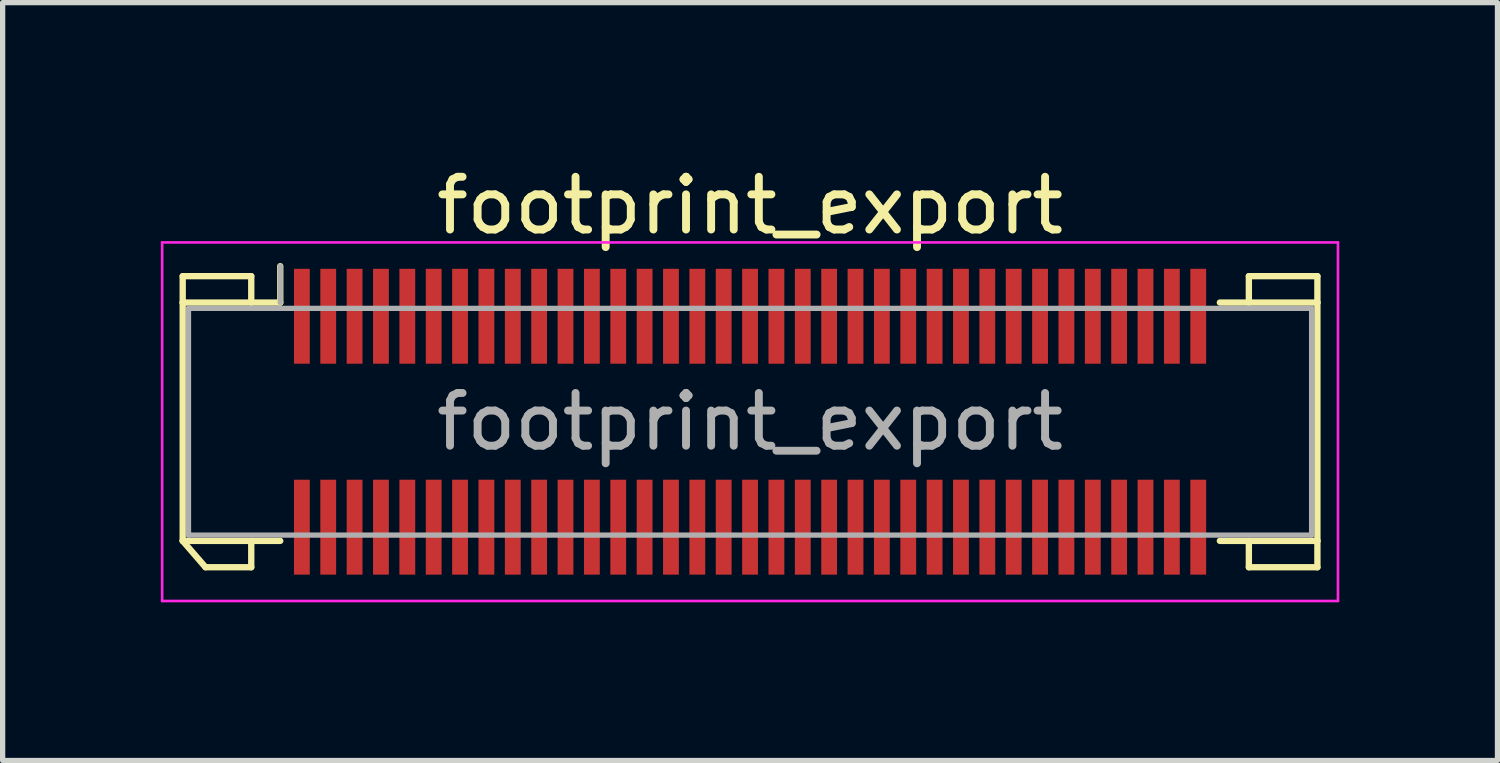
<source format=kicad_pcb>
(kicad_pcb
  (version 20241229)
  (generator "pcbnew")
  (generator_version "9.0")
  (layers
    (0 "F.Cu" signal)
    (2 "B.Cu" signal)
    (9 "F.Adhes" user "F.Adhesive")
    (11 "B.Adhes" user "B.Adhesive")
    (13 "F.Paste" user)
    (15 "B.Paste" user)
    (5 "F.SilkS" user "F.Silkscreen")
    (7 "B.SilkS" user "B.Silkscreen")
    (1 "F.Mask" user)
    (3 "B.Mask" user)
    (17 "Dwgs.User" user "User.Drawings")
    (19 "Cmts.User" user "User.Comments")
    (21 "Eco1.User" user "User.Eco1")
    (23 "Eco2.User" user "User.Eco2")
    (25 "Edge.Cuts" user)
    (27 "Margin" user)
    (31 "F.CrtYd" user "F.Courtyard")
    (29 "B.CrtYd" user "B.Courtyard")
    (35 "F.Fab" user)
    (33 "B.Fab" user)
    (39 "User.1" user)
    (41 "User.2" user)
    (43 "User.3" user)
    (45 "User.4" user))
  (footprint "footprint_export"
    (layer "F.Cu")
    (at 11.175 4.948)
    (property "Reference" "footprint_export" (at 0 -4.1 0) (layer "F.SilkS") (effects (font (size 1 1) (thickness 0.15))))
    (attr smd)
    (fp_line (start -10.76 -2.76) (end -9.46 -2.76) (stroke (width 0.12) (type solid)) (layer "F.SilkS"))
    (fp_line (start -10.76 -2.26) (end -10.76 -2.76) (stroke (width 0.12) (type solid)) (layer "F.SilkS"))
    (fp_line (start -10.76 -2.26) (end -8.91 -2.26) (stroke (width 0.12) (type solid)) (layer "F.SilkS"))
    (fp_line (start -10.76 2.26) (end -10.76 -2.26) (stroke (width 0.12) (type solid)) (layer "F.SilkS"))
    (fp_line (start -10.76 2.26) (end -10.327 2.76) (stroke (width 0.12) (type solid)) (layer "F.SilkS"))
    (fp_line (start -10.327 2.76) (end -9.46 2.76) (stroke (width 0.12) (type solid)) (layer "F.SilkS"))
    (fp_line (start -9.46 -2.76) (end -9.46 -2.26) (stroke (width 0.12) (type solid)) (layer "F.SilkS"))
    (fp_line (start -9.46 2.76) (end -9.46 2.26) (stroke (width 0.12) (type solid)) (layer "F.SilkS"))
    (fp_line (start -8.91 -2.26) (end -8.91 -2.95) (stroke (width 0.12) (type solid)) (layer "F.SilkS"))
    (fp_line (start -8.91 2.26) (end -10.76 2.26) (stroke (width 0.12) (type solid)) (layer "F.SilkS"))
    (fp_line (start 8.91 2.26) (end 10.76 2.26) (stroke (width 0.12) (type solid)) (layer "F.SilkS"))
    (fp_line (start 9.46 -2.76) (end 9.46 -2.26) (stroke (width 0.12) (type solid)) (layer "F.SilkS"))
    (fp_line (start 9.46 2.76) (end 9.46 2.26) (stroke (width 0.12) (type solid)) (layer "F.SilkS"))
    (fp_line (start 10.76 -2.76) (end 9.46 -2.76) (stroke (width 0.12) (type solid)) (layer "F.SilkS"))
    (fp_line (start 10.76 -2.26) (end 8.91 -2.26) (stroke (width 0.12) (type solid)) (layer "F.SilkS"))
    (fp_line (start 10.76 -2.26) (end 10.76 -2.76) (stroke (width 0.12) (type solid)) (layer "F.SilkS"))
    (fp_line (start 10.76 2.26) (end 10.76 -2.26) (stroke (width 0.12) (type solid)) (layer "F.SilkS"))
    (fp_line (start 10.76 2.26) (end 10.76 2.76) (stroke (width 0.12) (type solid)) (layer "F.SilkS"))
    (fp_line (start 10.76 2.76) (end 9.46 2.76) (stroke (width 0.12) (type solid)) (layer "F.SilkS"))
    (fp_line (start -11.15 -3.4) (end -11.15 3.4) (stroke (width 0.05) (type solid)) (layer "F.CrtYd"))
    (fp_line (start -11.15 3.4) (end 11.15 3.4) (stroke (width 0.05) (type solid)) (layer "F.CrtYd"))
    (fp_line (start 11.15 -3.4) (end -11.15 -3.4) (stroke (width 0.05) (type solid)) (layer "F.CrtYd"))
    (fp_line (start 11.15 3.4) (end 11.15 -3.4) (stroke (width 0.05) (type solid)) (layer "F.CrtYd"))
    (fp_line (start -10.65 -2.15) (end -10.65 2.15) (stroke (width 0.1) (type solid)) (layer "F.Fab"))
    (fp_line (start -10.65 2.15) (end 10.65 2.15) (stroke (width 0.1) (type solid)) (layer "F.Fab"))
    (fp_line (start -8.91 -2.26) (end -8.91 -2.95) (stroke (width 0.1) (type solid)) (layer "F.Fab"))
    (fp_line (start 10.65 -2.15) (end -10.65 -2.15) (stroke (width 0.1) (type solid)) (layer "F.Fab"))
    (fp_line (start 10.65 2.15) (end 10.65 -2.15) (stroke (width 0.1) (type solid)) (layer "F.Fab"))
    (fp_text user "${REFERENCE}" (at 0 0 0) (layer "F.Fab") (effects (font (size 1 1) (thickness 0.15))))
    (pad "1" smd rect (at -8.5 -2) (size 0.3 1.8) (layers "F.Cu" "F.Mask" "F.Paste"))
    (pad "2" smd rect (at -8.5 2) (size 0.3 1.8) (layers "F.Cu" "F.Mask" "F.Paste"))
    (pad "3" smd rect (at -8 -2) (size 0.3 1.8) (layers "F.Cu" "F.Mask" "F.Paste"))
    (pad "4" smd rect (at -8 2) (size 0.3 1.8) (layers "F.Cu" "F.Mask" "F.Paste"))
    (pad "5" smd rect (at -7.5 -2) (size 0.3 1.8) (layers "F.Cu" "F.Mask" "F.Paste"))
    (pad "6" smd rect (at -7.5 2) (size 0.3 1.8) (layers "F.Cu" "F.Mask" "F.Paste"))
    (pad "7" smd rect (at -7 -2) (size 0.3 1.8) (layers "F.Cu" "F.Mask" "F.Paste"))
    (pad "8" smd rect (at -7 2) (size 0.3 1.8) (layers "F.Cu" "F.Mask" "F.Paste"))
    (pad "9" smd rect (at -6.5 -2) (size 0.3 1.8) (layers "F.Cu" "F.Mask" "F.Paste"))
    (pad "10" smd rect (at -6.5 2) (size 0.3 1.8) (layers "F.Cu" "F.Mask" "F.Paste"))
    (pad "11" smd rect (at -6 -2) (size 0.3 1.8) (layers "F.Cu" "F.Mask" "F.Paste"))
    (pad "12" smd rect (at -6 2) (size 0.3 1.8) (layers "F.Cu" "F.Mask" "F.Paste"))
    (pad "13" smd rect (at -5.5 -2) (size 0.3 1.8) (layers "F.Cu" "F.Mask" "F.Paste"))
    (pad "14" smd rect (at -5.5 2) (size 0.3 1.8) (layers "F.Cu" "F.Mask" "F.Paste"))
    (pad "15" smd rect (at -5 -2) (size 0.3 1.8) (layers "F.Cu" "F.Mask" "F.Paste"))
    (pad "16" smd rect (at -5 2) (size 0.3 1.8) (layers "F.Cu" "F.Mask" "F.Paste"))
    (pad "17" smd rect (at -4.5 -2) (size 0.3 1.8) (layers "F.Cu" "F.Mask" "F.Paste"))
    (pad "18" smd rect (at -4.5 2) (size 0.3 1.8) (layers "F.Cu" "F.Mask" "F.Paste"))
    (pad "19" smd rect (at -4 -2) (size 0.3 1.8) (layers "F.Cu" "F.Mask" "F.Paste"))
    (pad "20" smd rect (at -4 2) (size 0.3 1.8) (layers "F.Cu" "F.Mask" "F.Paste"))
    (pad "21" smd rect (at -3.5 -2) (size 0.3 1.8) (layers "F.Cu" "F.Mask" "F.Paste"))
    (pad "22" smd rect (at -3.5 2) (size 0.3 1.8) (layers "F.Cu" "F.Mask" "F.Paste"))
    (pad "23" smd rect (at -3 -2) (size 0.3 1.8) (layers "F.Cu" "F.Mask" "F.Paste"))
    (pad "24" smd rect (at -3 2) (size 0.3 1.8) (layers "F.Cu" "F.Mask" "F.Paste"))
    (pad "25" smd rect (at -2.5 -2) (size 0.3 1.8) (layers "F.Cu" "F.Mask" "F.Paste"))
    (pad "26" smd rect (at -2.5 2) (size 0.3 1.8) (layers "F.Cu" "F.Mask" "F.Paste"))
    (pad "27" smd rect (at -2 -2) (size 0.3 1.8) (layers "F.Cu" "F.Mask" "F.Paste"))
    (pad "28" smd rect (at -2 2) (size 0.3 1.8) (layers "F.Cu" "F.Mask" "F.Paste"))
    (pad "29" smd rect (at -1.5 -2) (size 0.3 1.8) (layers "F.Cu" "F.Mask" "F.Paste"))
    (pad "30" smd rect (at -1.5 2) (size 0.3 1.8) (layers "F.Cu" "F.Mask" "F.Paste"))
    (pad "31" smd rect (at -1 -2) (size 0.3 1.8) (layers "F.Cu" "F.Mask" "F.Paste"))
    (pad "32" smd rect (at -1 2) (size 0.3 1.8) (layers "F.Cu" "F.Mask" "F.Paste"))
    (pad "33" smd rect (at -0.5 -2) (size 0.3 1.8) (layers "F.Cu" "F.Mask" "F.Paste"))
    (pad "34" smd rect (at -0.5 2) (size 0.3 1.8) (layers "F.Cu" "F.Mask" "F.Paste"))
    (pad "35" smd rect (at 0 -2) (size 0.3 1.8) (layers "F.Cu" "F.Mask" "F.Paste"))
    (pad "36" smd rect (at 0 2) (size 0.3 1.8) (layers "F.Cu" "F.Mask" "F.Paste"))
    (pad "37" smd rect (at 0.5 -2) (size 0.3 1.8) (layers "F.Cu" "F.Mask" "F.Paste"))
    (pad "38" smd rect (at 0.5 2) (size 0.3 1.8) (layers "F.Cu" "F.Mask" "F.Paste"))
    (pad "39" smd rect (at 1 -2) (size 0.3 1.8) (layers "F.Cu" "F.Mask" "F.Paste"))
    (pad "40" smd rect (at 1 2) (size 0.3 1.8) (layers "F.Cu" "F.Mask" "F.Paste"))
    (pad "41" smd rect (at 1.5 -2) (size 0.3 1.8) (layers "F.Cu" "F.Mask" "F.Paste"))
    (pad "42" smd rect (at 1.5 2) (size 0.3 1.8) (layers "F.Cu" "F.Mask" "F.Paste"))
    (pad "43" smd rect (at 2 -2) (size 0.3 1.8) (layers "F.Cu" "F.Mask" "F.Paste"))
    (pad "44" smd rect (at 2 2) (size 0.3 1.8) (layers "F.Cu" "F.Mask" "F.Paste"))
    (pad "45" smd rect (at 2.5 -2) (size 0.3 1.8) (layers "F.Cu" "F.Mask" "F.Paste"))
    (pad "46" smd rect (at 2.5 2) (size 0.3 1.8) (layers "F.Cu" "F.Mask" "F.Paste"))
    (pad "47" smd rect (at 3 -2) (size 0.3 1.8) (layers "F.Cu" "F.Mask" "F.Paste"))
    (pad "48" smd rect (at 3 2) (size 0.3 1.8) (layers "F.Cu" "F.Mask" "F.Paste"))
    (pad "49" smd rect (at 3.5 -2) (size 0.3 1.8) (layers "F.Cu" "F.Mask" "F.Paste"))
    (pad "50" smd rect (at 3.5 2) (size 0.3 1.8) (layers "F.Cu" "F.Mask" "F.Paste"))
    (pad "51" smd rect (at 4 -2) (size 0.3 1.8) (layers "F.Cu" "F.Mask" "F.Paste"))
    (pad "52" smd rect (at 4 2) (size 0.3 1.8) (layers "F.Cu" "F.Mask" "F.Paste"))
    (pad "53" smd rect (at 4.5 -2) (size 0.3 1.8) (layers "F.Cu" "F.Mask" "F.Paste"))
    (pad "54" smd rect (at 4.5 2) (size 0.3 1.8) (layers "F.Cu" "F.Mask" "F.Paste"))
    (pad "55" smd rect (at 5 -2) (size 0.3 1.8) (layers "F.Cu" "F.Mask" "F.Paste"))
    (pad "56" smd rect (at 5 2) (size 0.3 1.8) (layers "F.Cu" "F.Mask" "F.Paste"))
    (pad "57" smd rect (at 5.5 -2) (size 0.3 1.8) (layers "F.Cu" "F.Mask" "F.Paste"))
    (pad "58" smd rect (at 5.5 2) (size 0.3 1.8) (layers "F.Cu" "F.Mask" "F.Paste"))
    (pad "59" smd rect (at 6 -2) (size 0.3 1.8) (layers "F.Cu" "F.Mask" "F.Paste"))
    (pad "60" smd rect (at 6 2) (size 0.3 1.8) (layers "F.Cu" "F.Mask" "F.Paste"))
    (pad "61" smd rect (at 6.5 -2) (size 0.3 1.8) (layers "F.Cu" "F.Mask" "F.Paste"))
    (pad "62" smd rect (at 6.5 2) (size 0.3 1.8) (layers "F.Cu" "F.Mask" "F.Paste"))
    (pad "63" smd rect (at 7 -2) (size 0.3 1.8) (layers "F.Cu" "F.Mask" "F.Paste"))
    (pad "64" smd rect (at 7 2) (size 0.3 1.8) (layers "F.Cu" "F.Mask" "F.Paste"))
    (pad "65" smd rect (at 7.5 -2) (size 0.3 1.8) (layers "F.Cu" "F.Mask" "F.Paste"))
    (pad "66" smd rect (at 7.5 2) (size 0.3 1.8) (layers "F.Cu" "F.Mask" "F.Paste"))
    (pad "67" smd rect (at 8 -2) (size 0.3 1.8) (layers "F.Cu" "F.Mask" "F.Paste"))
    (pad "68" smd rect (at 8 2) (size 0.3 1.8) (layers "F.Cu" "F.Mask" "F.Paste"))
    (pad "69" smd rect (at 8.5 -2) (size 0.3 1.8) (layers "F.Cu" "F.Mask" "F.Paste"))
    (pad "70" smd rect (at 8.5 2) (size 0.3 1.8) (layers "F.Cu" "F.Mask" "F.Paste")))
  (gr_rect
    (start -3 -3)
    (end 25.35 11.373)
    (stroke (width 0.1) (type default))
    (fill no)
    (layer "Edge.Cuts")))
</source>
